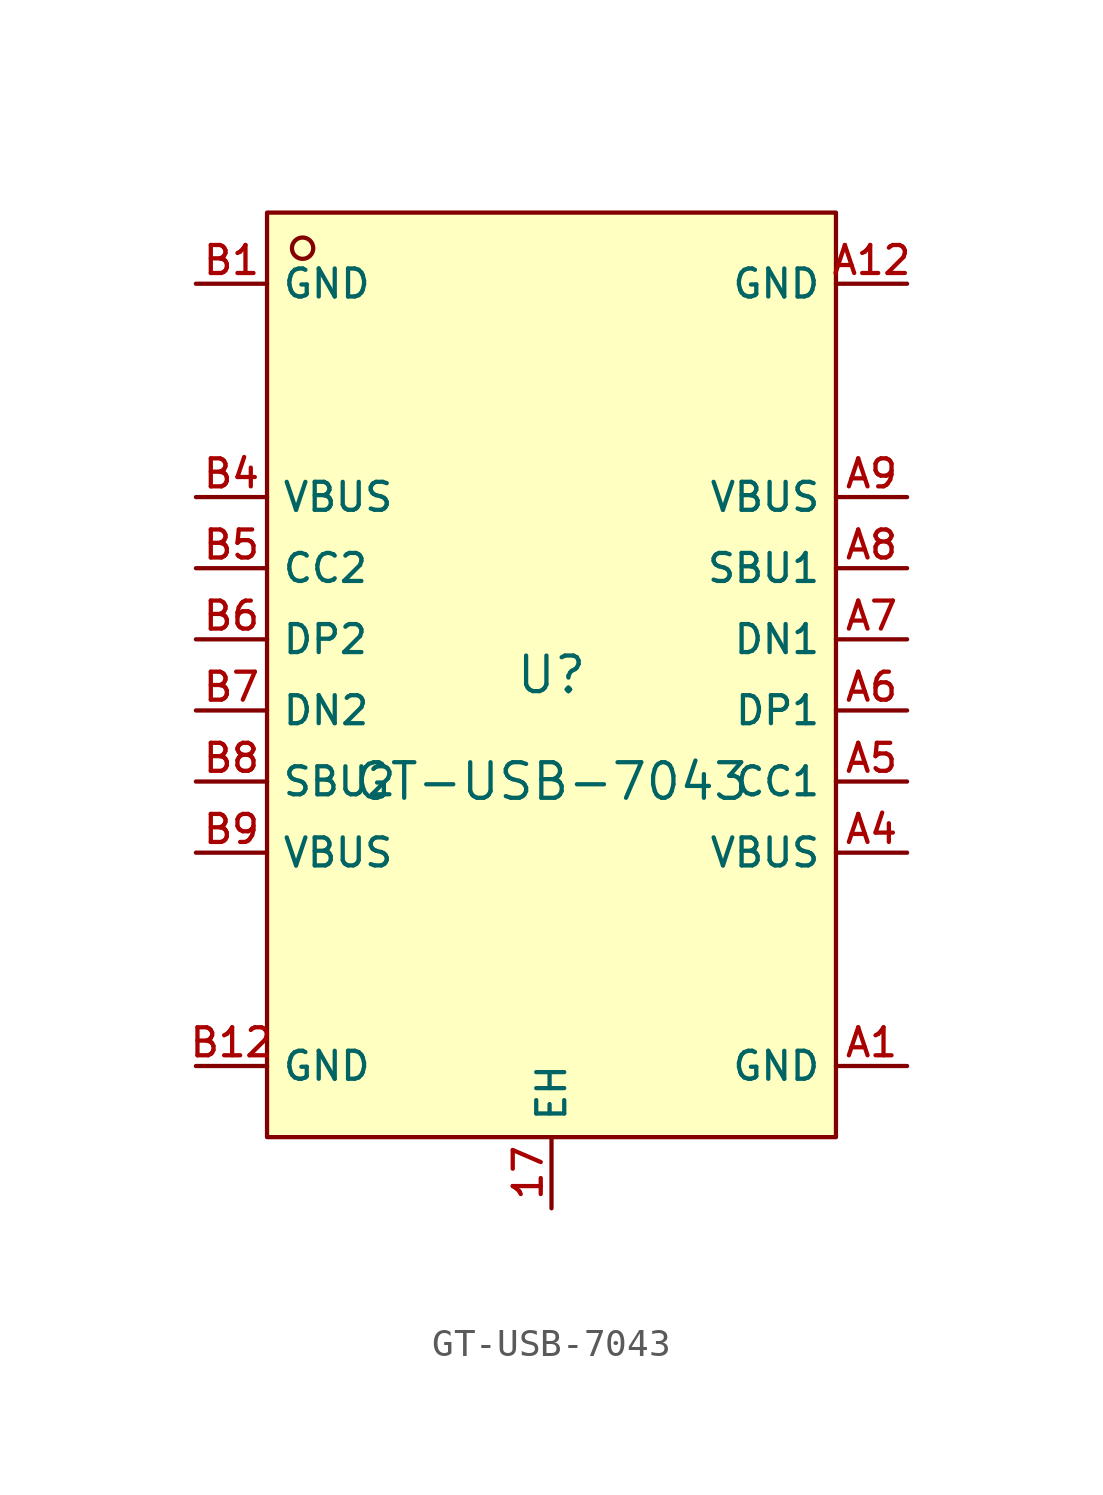
<source format=kicad_sym>
(kicad_symbol_lib
  (version 20220914)
  (generator kicad_symbol_editor)
  (symbol "GT-USB-7043"
    (property "Reference" "U"
      (at 0 1.27 0)
      (effects (font (size 1.27 1.27))))
    (property "Value" "GT-USB-7043"
      (at 0 -2.54 0)
      (effects (font (size 1.27 1.27))))
    (symbol "GT-USB-7043_0_1"
      (rectangle (start -10.16 17.78) (end 10.16 -15.24) (stroke (width 0) (type default)) (fill (type background)))
      (circle (center -8.89 16.51) (radius 0.381) (stroke (width 0) (type default)) (fill (type background)))
      (pin unspecified line (at 0 -17.78 90) (length 2.54) (name "EH" (effects (font (size 1 1)))) (number "17" (effects (font (size 1 1)))))
      (pin unspecified line (at 12.7 -12.7 180) (length 2.54) (name "GND" (effects (font (size 1 1)))) (number "A1" (effects (font (size 1 1)))))
      (pin unspecified line (at 12.7 15.24 180) (length 2.54) (name "GND" (effects (font (size 1 1)))) (number "A12" (effects (font (size 1 1)))))
      (pin unspecified line (at 12.7 -5.08 180) (length 2.54) (name "VBUS" (effects (font (size 1 1)))) (number "A4" (effects (font (size 1 1)))))
      (pin unspecified line (at 12.7 -2.54 180) (length 2.54) (name "CC1" (effects (font (size 1 1)))) (number "A5" (effects (font (size 1 1)))))
      (pin unspecified line (at 12.7 0 180) (length 2.54) (name "DP1" (effects (font (size 1 1)))) (number "A6" (effects (font (size 1 1)))))
      (pin unspecified line (at 12.7 2.54 180) (length 2.54) (name "DN1" (effects (font (size 1 1)))) (number "A7" (effects (font (size 1 1)))))
      (pin unspecified line (at 12.7 5.08 180) (length 2.54) (name "SBU1" (effects (font (size 1 1)))) (number "A8" (effects (font (size 1 1)))))
      (pin unspecified line (at 12.7 7.62 180) (length 2.54) (name "VBUS" (effects (font (size 1 1)))) (number "A9" (effects (font (size 1 1)))))
      (pin unspecified line (at -12.7 15.24 0) (length 2.54) (name "GND" (effects (font (size 1 1)))) (number "B1" (effects (font (size 1 1)))))
      (pin unspecified line (at -12.7 -12.7 0) (length 2.54) (name "GND" (effects (font (size 1 1)))) (number "B12" (effects (font (size 1 1)))))
      (pin unspecified line (at -12.7 7.62 0) (length 2.54) (name "VBUS" (effects (font (size 1 1)))) (number "B4" (effects (font (size 1 1)))))
      (pin unspecified line (at -12.7 5.08 0) (length 2.54) (name "CC2" (effects (font (size 1 1)))) (number "B5" (effects (font (size 1 1)))))
      (pin unspecified line (at -12.7 2.54 0) (length 2.54) (name "DP2" (effects (font (size 1 1)))) (number "B6" (effects (font (size 1 1)))))
      (pin unspecified line (at -12.7 0 0) (length 2.54) (name "DN2" (effects (font (size 1 1)))) (number "B7" (effects (font (size 1 1)))))
      (pin unspecified line (at -12.7 -2.54 0) (length 2.54) (name "SBU2" (effects (font (size 1 1)))) (number "B8" (effects (font (size 1 1)))))
      (pin unspecified line (at -12.7 -5.08 0) (length 2.54) (name "VBUS" (effects (font (size 1 1)))) (number "B9" (effects (font (size 1 1))))))))
</source>
